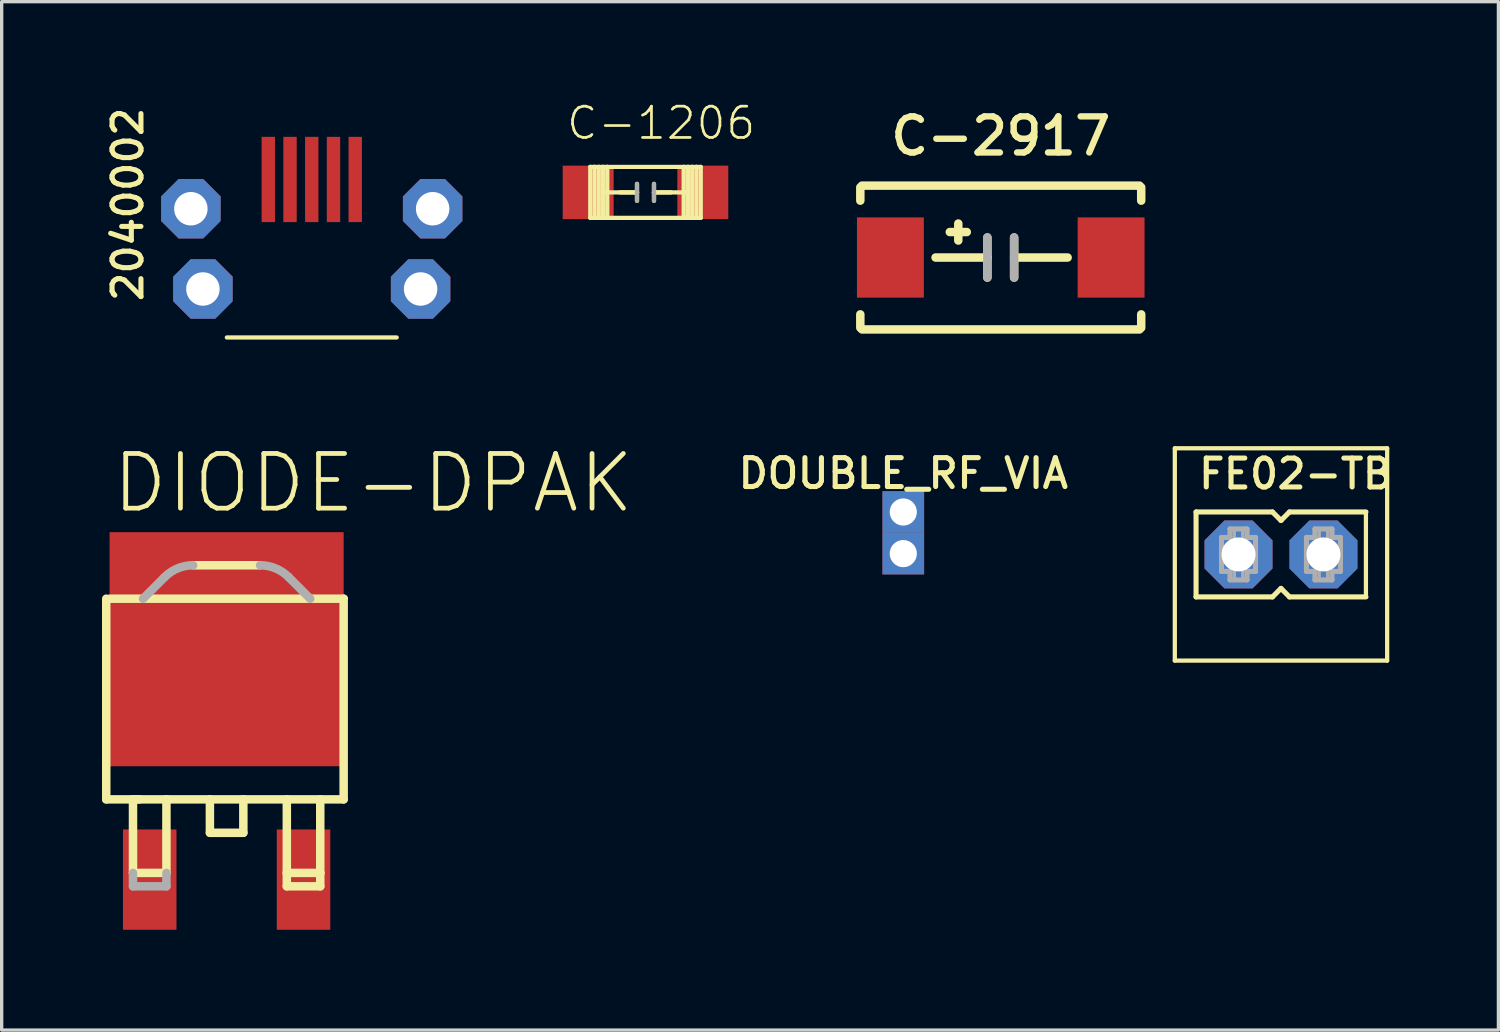
<source format=kicad_pcb>
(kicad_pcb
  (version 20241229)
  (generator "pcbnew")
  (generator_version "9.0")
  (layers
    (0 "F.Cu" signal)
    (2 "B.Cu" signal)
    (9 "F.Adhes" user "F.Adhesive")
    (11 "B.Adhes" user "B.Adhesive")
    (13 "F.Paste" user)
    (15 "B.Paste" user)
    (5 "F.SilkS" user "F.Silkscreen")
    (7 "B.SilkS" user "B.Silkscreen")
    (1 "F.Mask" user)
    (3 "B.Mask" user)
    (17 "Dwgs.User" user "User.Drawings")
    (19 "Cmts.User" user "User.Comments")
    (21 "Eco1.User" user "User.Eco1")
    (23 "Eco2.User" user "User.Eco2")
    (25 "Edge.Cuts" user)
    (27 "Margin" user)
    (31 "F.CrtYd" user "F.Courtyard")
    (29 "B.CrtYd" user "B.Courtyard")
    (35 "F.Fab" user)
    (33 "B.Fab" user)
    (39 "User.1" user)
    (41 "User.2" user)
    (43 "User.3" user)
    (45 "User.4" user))
  (footprint "DOUBLE_RF_VIA"
    (layer "F.Cu")
    (at 23.962 12.883)
    (property "Reference" "DOUBLE_RF_VIA" (at 0 -1.27 0) (layer "F.SilkS") (effects (font (size 0.864 0.864) (thickness 0.152)) (justify bottom)))
    (pad "1" thru_hole rect (at 0 0.622) (size 1.245 1.245) (drill 0.813) (layers "*.Cu" "*.Mask"))
    (pad "2" thru_hole rect (at 0 -0.622) (size 1.245 1.245) (drill 0.813) (layers "*.Cu" "*.Mask")))
  (footprint "C-1206"
    (layer "F.Cu")
    (at 16.253 2.703)
    (property "Reference" "C-1206" (at -2.413 -1.524 0) (layer "F.SilkS") (effects (font (size 0.935 0.935) (thickness 0.081)) (justify left bottom)))
    (fp_line (start -1.651 -0.762) (end -1.651 0.762) (stroke (width 0.127) (type solid)) (layer "F.SilkS"))
    (fp_line (start -1.651 -0.762) (end -1.524 -0.762) (stroke (width 0.127) (type solid)) (layer "F.SilkS"))
    (fp_line (start -1.651 0.762) (end -1.524 0.762) (stroke (width 0.127) (type solid)) (layer "F.SilkS"))
    (fp_line (start -1.524 -0.762) (end -1.397 -0.762) (stroke (width 0.127) (type solid)) (layer "F.SilkS"))
    (fp_line (start -1.524 0.762) (end -1.524 -0.762) (stroke (width 0.127) (type solid)) (layer "F.SilkS"))
    (fp_line (start -1.397 -0.762) (end -1.397 0.762) (stroke (width 0.127) (type solid)) (layer "F.SilkS"))
    (fp_line (start -1.397 0.762) (end -1.524 0.762) (stroke (width 0.127) (type solid)) (layer "F.SilkS"))
    (fp_line (start -1.397 0.762) (end -1.27 0.762) (stroke (width 0.127) (type solid)) (layer "F.SilkS"))
    (fp_line (start -1.27 -0.762) (end -1.397 -0.762) (stroke (width 0.127) (type solid)) (layer "F.SilkS"))
    (fp_line (start -1.27 -0.762) (end -1.143 -0.762) (stroke (width 0.127) (type solid)) (layer "F.SilkS"))
    (fp_line (start -1.27 0) (end -1.27 -0.762) (stroke (width 0.127) (type solid)) (layer "F.SilkS"))
    (fp_line (start -1.27 0) (end -0.254 0) (stroke (width 0.127) (type solid)) (layer "F.SilkS"))
    (fp_line (start -1.27 0.762) (end -1.27 0) (stroke (width 0.127) (type solid)) (layer "F.SilkS"))
    (fp_line (start -1.143 -0.762) (end -1.143 0.762) (stroke (width 0.127) (type solid)) (layer "F.SilkS"))
    (fp_line (start -1.143 -0.762) (end 1.143 -0.762) (stroke (width 0.127) (type solid)) (layer "F.SilkS"))
    (fp_line (start -1.143 0.762) (end -1.27 0.762) (stroke (width 0.127) (type solid)) (layer "F.SilkS"))
    (fp_line (start -1.143 0.762) (end 1.143 0.762) (stroke (width 0.127) (type solid)) (layer "F.SilkS"))
    (fp_line (start -0.254 -0.254) (end -0.254 0) (stroke (width 0.127) (type solid)) (layer "F.SilkS"))
    (fp_line (start -0.254 0) (end -0.762 0) (stroke (width 0.127) (type solid)) (layer "F.SilkS"))
    (fp_line (start -0.254 0) (end -0.254 0.254) (stroke (width 0.127) (type solid)) (layer "F.SilkS"))
    (fp_line (start 0.254 -0.254) (end 0.254 0) (stroke (width 0.127) (type solid)) (layer "F.SilkS"))
    (fp_line (start 0.254 0) (end 0.254 0.254) (stroke (width 0.127) (type solid)) (layer "F.SilkS"))
    (fp_line (start 0.254 0) (end 0.762 0) (stroke (width 0.127) (type solid)) (layer "F.SilkS"))
    (fp_line (start 0.254 0) (end 1.27 0) (stroke (width 0.127) (type solid)) (layer "F.SilkS"))
    (fp_line (start 1.143 -0.762) (end 1.143 0.762) (stroke (width 0.127) (type solid)) (layer "F.SilkS"))
    (fp_line (start 1.143 0.762) (end 1.27 0.762) (stroke (width 0.127) (type solid)) (layer "F.SilkS"))
    (fp_line (start 1.27 -0.762) (end 1.143 -0.762) (stroke (width 0.127) (type solid)) (layer "F.SilkS"))
    (fp_line (start 1.27 -0.762) (end 1.397 -0.762) (stroke (width 0.127) (type solid)) (layer "F.SilkS"))
    (fp_line (start 1.27 0) (end 1.27 -0.762) (stroke (width 0.127) (type solid)) (layer "F.SilkS"))
    (fp_line (start 1.27 0.762) (end 1.27 0) (stroke (width 0.127) (type solid)) (layer "F.SilkS"))
    (fp_line (start 1.27 0.762) (end 1.397 0.762) (stroke (width 0.127) (type solid)) (layer "F.SilkS"))
    (fp_line (start 1.397 -0.762) (end 1.397 0.762) (stroke (width 0.127) (type solid)) (layer "F.SilkS"))
    (fp_line (start 1.397 0.762) (end 1.524 0.762) (stroke (width 0.127) (type solid)) (layer "F.SilkS"))
    (fp_line (start 1.524 -0.762) (end 1.397 -0.762) (stroke (width 0.127) (type solid)) (layer "F.SilkS"))
    (fp_line (start 1.524 0.762) (end 1.524 -0.762) (stroke (width 0.127) (type solid)) (layer "F.SilkS"))
    (fp_line (start 1.524 0.762) (end 1.651 0.762) (stroke (width 0.127) (type solid)) (layer "F.SilkS"))
    (fp_line (start 1.651 -0.762) (end 1.524 -0.762) (stroke (width 0.127) (type solid)) (layer "F.SilkS"))
    (fp_line (start 1.651 0.762) (end 1.651 -0.762) (stroke (width 0.127) (type solid)) (layer "F.SilkS"))
    (fp_line (start -0.254 0) (end -0.254 -0.254) (stroke (width 0.127) (type solid)) (layer "F.Fab"))
    (fp_line (start -0.254 0) (end -0.254 0.254) (stroke (width 0.127) (type solid)) (layer "F.Fab"))
    (fp_line (start 0.254 -0.254) (end 0.254 0) (stroke (width 0.127) (type solid)) (layer "F.Fab"))
    (fp_line (start 0.254 0.254) (end 0.254 0) (stroke (width 0.127) (type solid)) (layer "F.Fab"))
    (pad "P$1" smd rect (at -1.714 0) (size 1.524 1.6) (layers "F.Cu" "F.Mask" "F.Paste"))
    (pad "P$2" smd rect (at 1.714 0) (size 1.524 1.6) (layers "F.Cu" "F.Mask" "F.Paste")))
  (footprint "DIODE-DPAK"
    (layer "F.Cu")
    (at 3.727 19.854)
    (property "Reference" "DIODE-DPAK" (at -3.5 -7.5 0) (layer "F.SilkS") (effects (font (size 1.636 1.636) (thickness 0.142)) (justify left bottom)))
    (fp_line (start -3.6 -5) (end -3.6 1) (stroke (width 0.254) (type solid)) (layer "F.SilkS"))
    (fp_line (start -3.6 1) (end -2.6 1) (stroke (width 0.254) (type solid)) (layer "F.SilkS"))
    (fp_line (start -2.8 1) (end -2.8 3.2) (stroke (width 0.254) (type solid)) (layer "F.SilkS"))
    (fp_line (start -2.8 1) (end -1.8 1) (stroke (width 0.254) (type solid)) (layer "F.SilkS"))
    (fp_line (start -2.8 3.2) (end -1.8 3.2) (stroke (width 0.254) (type solid)) (layer "F.SilkS"))
    (fp_line (start -2.5 -5) (end -3.5 -5) (stroke (width 0.254) (type solid)) (layer "F.SilkS"))
    (fp_line (start -1.8 1) (end -1.8 3.2) (stroke (width 0.254) (type solid)) (layer "F.SilkS"))
    (fp_line (start -1 -6) (end 1 -6) (stroke (width 0.254) (type solid)) (layer "F.SilkS"))
    (fp_line (start -0.5 1) (end -1.8 1) (stroke (width 0.254) (type solid)) (layer "F.SilkS"))
    (fp_line (start -0.5 1) (end -0.5 2) (stroke (width 0.254) (type solid)) (layer "F.SilkS"))
    (fp_line (start -0.5 2) (end 0.5 2) (stroke (width 0.254) (type solid)) (layer "F.SilkS"))
    (fp_line (start 0.5 1) (end -0.5 1) (stroke (width 0.254) (type solid)) (layer "F.SilkS"))
    (fp_line (start 0.5 2) (end 0.5 1) (stroke (width 0.254) (type solid)) (layer "F.SilkS"))
    (fp_line (start 1.8 1) (end 1.8 3.2) (stroke (width 0.254) (type solid)) (layer "F.SilkS"))
    (fp_line (start 1.8 3.2) (end 1.8 3.6) (stroke (width 0.254) (type solid)) (layer "F.SilkS"))
    (fp_line (start 1.8 3.2) (end 2.8 3.2) (stroke (width 0.254) (type solid)) (layer "F.SilkS"))
    (fp_line (start 1.8 3.6) (end 2.8 3.6) (stroke (width 0.254) (type solid)) (layer "F.SilkS"))
    (fp_line (start 2.5 -5) (end -2.5 -5) (stroke (width 0.254) (type solid)) (layer "F.SilkS"))
    (fp_line (start 2.8 3.2) (end 2.8 1) (stroke (width 0.254) (type solid)) (layer "F.SilkS"))
    (fp_line (start 2.8 3.6) (end 2.8 3.2) (stroke (width 0.254) (type solid)) (layer "F.SilkS"))
    (fp_line (start 3.5 -5) (end 2.5 -5) (stroke (width 0.254) (type solid)) (layer "F.SilkS"))
    (fp_line (start 3.5 1) (end 0.5 1) (stroke (width 0.254) (type solid)) (layer "F.SilkS"))
    (fp_line (start 3.5 1) (end 3.5 -5) (stroke (width 0.254) (type solid)) (layer "F.SilkS"))
    (fp_line (start -2.8 3.6) (end -2.8 3.2) (stroke (width 0.254) (type solid)) (layer "F.Fab"))
    (fp_line (start -2.5 -5) (end -1.854 -5.646) (stroke (width 0.254) (type solid)) (layer "F.Fab"))
    (fp_line (start -1.8 3.2) (end -1.8 3.6) (stroke (width 0.254) (type solid)) (layer "F.Fab"))
    (fp_line (start -1.8 3.6) (end -2.8 3.6) (stroke (width 0.254) (type solid)) (layer "F.Fab"))
    (fp_line (start 2.5 -5) (end 1.854 -5.646) (stroke (width 0.254) (type solid)) (layer "F.Fab"))
    (fp_arc (start -1.853553 -5.646446) (mid -1.461939 -5.908115) (end -0.999999 -6.000001) (stroke (width 0.254) (type solid)) (layer "F.Fab"))
    (fp_arc (start 0.999999 -6.000001) (mid 1.461939 -5.908115) (end 1.853553 -5.646446) (stroke (width 0.254) (type solid)) (layer "F.Fab"))
    (pad "P$1" smd rect (at -2.3 3.4) (size 1.6 3) (layers "F.Cu" "F.Mask" "F.Paste"))
    (pad "P$3" smd rect (at 2.3 3.4) (size 1.6 3) (layers "F.Cu" "F.Mask" "F.Paste"))
    (pad "P$4" smd rect (at 0 -3.49) (size 7 7) (layers "F.Cu" "F.Mask" "F.Paste")))
  (footprint "C-2917"
    (layer "F.Cu")
    (at 26.877 4.651)
    (property "Reference" "C-2917" (at 0 -3 0) (layer "F.SilkS") (effects (font (size 1.079 1.079) (thickness 0.191)) (justify bottom)))
    (fp_line (start -4.2 -2.1) (end -4.2 -1.7) (stroke (width 0.254) (type solid)) (layer "F.SilkS"))
    (fp_line (start -4.2 2.1) (end -4.2 1.7) (stroke (width 0.254) (type solid)) (layer "F.SilkS"))
    (fp_line (start -4.15 -2.15) (end 4.15 -2.15) (stroke (width 0.254) (type solid)) (layer "F.SilkS"))
    (fp_line (start -1.524 -0.762) (end -1.016 -0.762) (stroke (width 0.254) (type solid)) (layer "F.SilkS"))
    (fp_line (start -1.27 -1.016) (end -1.27 -0.508) (stroke (width 0.254) (type solid)) (layer "F.SilkS"))
    (fp_line (start -0.4 -0.6) (end -0.4 0) (stroke (width 0.254) (type solid)) (layer "F.SilkS"))
    (fp_line (start -0.4 0) (end -1.95 0) (stroke (width 0.254) (type solid)) (layer "F.SilkS"))
    (fp_line (start -0.4 0.6) (end -0.4 0) (stroke (width 0.254) (type solid)) (layer "F.SilkS"))
    (fp_line (start 0.4 -0.6) (end 0.4 0) (stroke (width 0.254) (type solid)) (layer "F.SilkS"))
    (fp_line (start 0.4 0) (end 2 0) (stroke (width 0.254) (type solid)) (layer "F.SilkS"))
    (fp_line (start 0.4 0.6) (end 0.4 0) (stroke (width 0.254) (type solid)) (layer "F.SilkS"))
    (fp_line (start 4.15 2.15) (end -4.15 2.15) (stroke (width 0.254) (type solid)) (layer "F.SilkS"))
    (fp_line (start 4.2 -2.1) (end 4.2 -1.7) (stroke (width 0.254) (type solid)) (layer "F.SilkS"))
    (fp_line (start 4.2 2.1) (end 4.2 1.7) (stroke (width 0.254) (type solid)) (layer "F.SilkS"))
    (fp_line (start -0.4 -0.6) (end -0.4 0.6) (stroke (width 0.254) (type solid)) (layer "F.Fab"))
    (fp_line (start 0.4 -0.6) (end 0.4 0.6) (stroke (width 0.254) (type solid)) (layer "F.Fab"))
    (pad "P$1" smd rect (at -3.3 0) (size 2 2.4) (layers "F.Cu" "F.Mask" "F.Paste"))
    (pad "P$2" smd rect (at 3.3 0) (size 2 2.4) (layers "F.Cu" "F.Mask" "F.Paste")))
  (footprint "FE02-TB"
    (layer "F.Cu")
    (at 35.257 13.53)
    (property "Reference" "FE02-TB" (at -2.54 -1.905 0) (layer "F.SilkS") (effects (font (size 0.864 0.864) (thickness 0.152)) (justify left bottom)))
    (fp_line (start -3.175 -3.175) (end 3.175 -3.175) (stroke (width 0.127) (type solid)) (layer "F.SilkS"))
    (fp_line (start -3.175 3.175) (end -3.175 -3.175) (stroke (width 0.127) (type solid)) (layer "F.SilkS"))
    (fp_line (start -2.54 -1.27) (end -2.54 1.27) (stroke (width 0.152) (type solid)) (layer "F.SilkS"))
    (fp_line (start -2.54 1.27) (end -0.254 1.27) (stroke (width 0.152) (type solid)) (layer "F.SilkS"))
    (fp_line (start -0.254 -1.27) (end -2.54 -1.27) (stroke (width 0.152) (type solid)) (layer "F.SilkS"))
    (fp_line (start -0.254 1.27) (end 0 1.016) (stroke (width 0.152) (type solid)) (layer "F.SilkS"))
    (fp_line (start 0 -1.016) (end -0.254 -1.27) (stroke (width 0.152) (type solid)) (layer "F.SilkS"))
    (fp_line (start 0 1.016) (end 0.254 1.27) (stroke (width 0.152) (type solid)) (layer "F.SilkS"))
    (fp_line (start 0.254 -1.27) (end 0 -1.016) (stroke (width 0.152) (type solid)) (layer "F.SilkS"))
    (fp_line (start 0.254 1.27) (end 2.54 1.27) (stroke (width 0.152) (type solid)) (layer "F.SilkS"))
    (fp_line (start 2.54 -1.27) (end 0.254 -1.27) (stroke (width 0.152) (type solid)) (layer "F.SilkS"))
    (fp_line (start 2.54 -1.27) (end 2.54 1.27) (stroke (width 0.127) (type solid)) (layer "F.SilkS"))
    (fp_line (start 3.175 -3.175) (end 3.175 3.175) (stroke (width 0.127) (type solid)) (layer "F.SilkS"))
    (fp_line (start 3.175 3.175) (end -3.175 3.175) (stroke (width 0.127) (type solid)) (layer "F.SilkS"))
    (fp_line (start -1.778 -0.508) (end -1.778 0.508) (stroke (width 0.152) (type solid)) (layer "F.Fab"))
    (fp_line (start -1.778 0.508) (end -1.524 0.508) (stroke (width 0.152) (type solid)) (layer "F.Fab"))
    (fp_line (start -1.524 -0.762) (end -1.524 -0.508) (stroke (width 0.152) (type solid)) (layer "F.Fab"))
    (fp_line (start -1.524 -0.508) (end -1.778 -0.508) (stroke (width 0.152) (type solid)) (layer "F.Fab"))
    (fp_line (start -1.524 0.508) (end -1.524 0.762) (stroke (width 0.152) (type solid)) (layer "F.Fab"))
    (fp_line (start -1.524 0.762) (end -1.016 0.762) (stroke (width 0.152) (type solid)) (layer "F.Fab"))
    (fp_line (start -1.016 -0.762) (end -1.524 -0.762) (stroke (width 0.152) (type solid)) (layer "F.Fab"))
    (fp_line (start -1.016 -0.508) (end -1.016 -0.762) (stroke (width 0.152) (type solid)) (layer "F.Fab"))
    (fp_line (start -1.016 0.508) (end -0.762 0.508) (stroke (width 0.152) (type solid)) (layer "F.Fab"))
    (fp_line (start -1.016 0.762) (end -1.016 0.508) (stroke (width 0.152) (type solid)) (layer "F.Fab"))
    (fp_line (start -0.762 -0.508) (end -1.016 -0.508) (stroke (width 0.152) (type solid)) (layer "F.Fab"))
    (fp_line (start -0.762 0.508) (end -0.762 -0.508) (stroke (width 0.152) (type solid)) (layer "F.Fab"))
    (fp_line (start 0.762 -0.508) (end 0.762 0.508) (stroke (width 0.152) (type solid)) (layer "F.Fab"))
    (fp_line (start 0.762 0.508) (end 1.016 0.508) (stroke (width 0.152) (type solid)) (layer "F.Fab"))
    (fp_line (start 1.016 -0.762) (end 1.016 -0.508) (stroke (width 0.152) (type solid)) (layer "F.Fab"))
    (fp_line (start 1.016 -0.508) (end 0.762 -0.508) (stroke (width 0.152) (type solid)) (layer "F.Fab"))
    (fp_line (start 1.016 0.508) (end 1.016 0.762) (stroke (width 0.152) (type solid)) (layer "F.Fab"))
    (fp_line (start 1.016 0.762) (end 1.524 0.762) (stroke (width 0.152) (type solid)) (layer "F.Fab"))
    (fp_line (start 1.524 -0.762) (end 1.016 -0.762) (stroke (width 0.152) (type solid)) (layer "F.Fab"))
    (fp_line (start 1.524 -0.508) (end 1.524 -0.762) (stroke (width 0.152) (type solid)) (layer "F.Fab"))
    (fp_line (start 1.524 0.508) (end 1.778 0.508) (stroke (width 0.152) (type solid)) (layer "F.Fab"))
    (fp_line (start 1.524 0.762) (end 1.524 0.508) (stroke (width 0.152) (type solid)) (layer "F.Fab"))
    (fp_line (start 1.778 -0.508) (end 1.524 -0.508) (stroke (width 0.152) (type solid)) (layer "F.Fab"))
    (fp_line (start 1.778 0.508) (end 1.778 -0.508) (stroke (width 0.152) (type solid)) (layer "F.Fab"))
    (fp_poly (pts (xy -1.397 -0.254) (xy -1.143 -0.254) (xy -1.143 -0.762) (xy -1.397 -0.762)) (stroke (width 0.1) (type solid)) (fill no) (layer "F.Fab"))
    (fp_poly (pts (xy -1.397 0.762) (xy -1.143 0.762) (xy -1.143 0.254) (xy -1.397 0.254)) (stroke (width 0.1) (type solid)) (fill no) (layer "F.Fab"))
    (fp_poly (pts (xy 1.143 -0.254) (xy 1.397 -0.254) (xy 1.397 -0.762) (xy 1.143 -0.762)) (stroke (width 0.1) (type solid)) (fill no) (layer "F.Fab"))
    (fp_poly (pts (xy 1.143 0.762) (xy 1.397 0.762) (xy 1.397 0.254) (xy 1.143 0.254)) (stroke (width 0.1) (type solid)) (fill no) (layer "F.Fab"))
    (pad "1" thru_hole roundrect (at -1.27 0 90) (size 2.032 2.032) (drill 1.016) (layers "*.Cu" "*.Mask") (roundrect_rratio 0.25) (chamfer_ratio 0.293) (chamfer top_left top_right bottom_left bottom_right))
    (pad "2" thru_hole roundrect (at 1.27 0 90) (size 2.032 2.032) (drill 1.016) (layers "*.Cu" "*.Mask") (roundrect_rratio 0.25) (chamfer_ratio 0.293) (chamfer top_left top_right bottom_left bottom_right)))
  (footprint "2040002"
    (layer "F.Cu")
    (at 6.273 7.042)
    (property "Reference" "2040002" (at -5.5 -1 90) (layer "F.SilkS") (effects (font (size 0.864 0.864) (thickness 0.152)) (justify left)))
    (fp_line (start -2.54 0) (end 2.54 0) (stroke (width 0.127) (type solid)) (layer "F.SilkS"))
    (pad "1" smd rect (at -1.3 -4.725 90) (size 2.55 0.4) (layers "F.Cu" "F.Mask" "F.Paste"))
    (pad "2" smd rect (at -0.65 -4.725 90) (size 2.55 0.4) (layers "F.Cu" "F.Mask" "F.Paste"))
    (pad "3" smd rect (at 0 -4.725 90) (size 2.55 0.4) (layers "F.Cu" "F.Mask" "F.Paste"))
    (pad "4" smd rect (at 0.65 -4.725 90) (size 2.55 0.4) (layers "F.Cu" "F.Mask" "F.Paste"))
    (pad "5" smd rect (at 1.3 -4.725 90) (size 2.55 0.4) (layers "F.Cu" "F.Mask" "F.Paste"))
    (pad "P$1" thru_hole roundrect (at 3.255 -1.45) (size 1.778 1.778) (drill 1) (layers "*.Cu" "*.Mask") (roundrect_rratio 0.25) (chamfer_ratio 0.293) (chamfer top_left top_right bottom_left bottom_right))
    (pad "P$2" thru_hole roundrect (at -3.255 -1.45) (size 1.778 1.778) (drill 1) (layers "*.Cu" "*.Mask") (roundrect_rratio 0.25) (chamfer_ratio 0.293) (chamfer top_left top_right bottom_left bottom_right))
    (pad "P$4" thru_hole roundrect (at -3.615 -3.85) (size 1.778 1.778) (drill 1) (layers "*.Cu" "*.Mask") (roundrect_rratio 0.25) (chamfer_ratio 0.293) (chamfer top_left top_right bottom_left bottom_right))
    (pad "P$5" thru_hole roundrect (at 3.615 -3.85) (size 1.778 1.778) (drill 1) (layers "*.Cu" "*.Mask") (roundrect_rratio 0.25) (chamfer_ratio 0.293) (chamfer top_left top_right bottom_left bottom_right)))
  (gr_rect
    (start -3 -3)
    (end 41.759 27.754)
    (stroke (width 0.1) (type default))
    (fill no)
    (layer "Edge.Cuts")))
</source>
